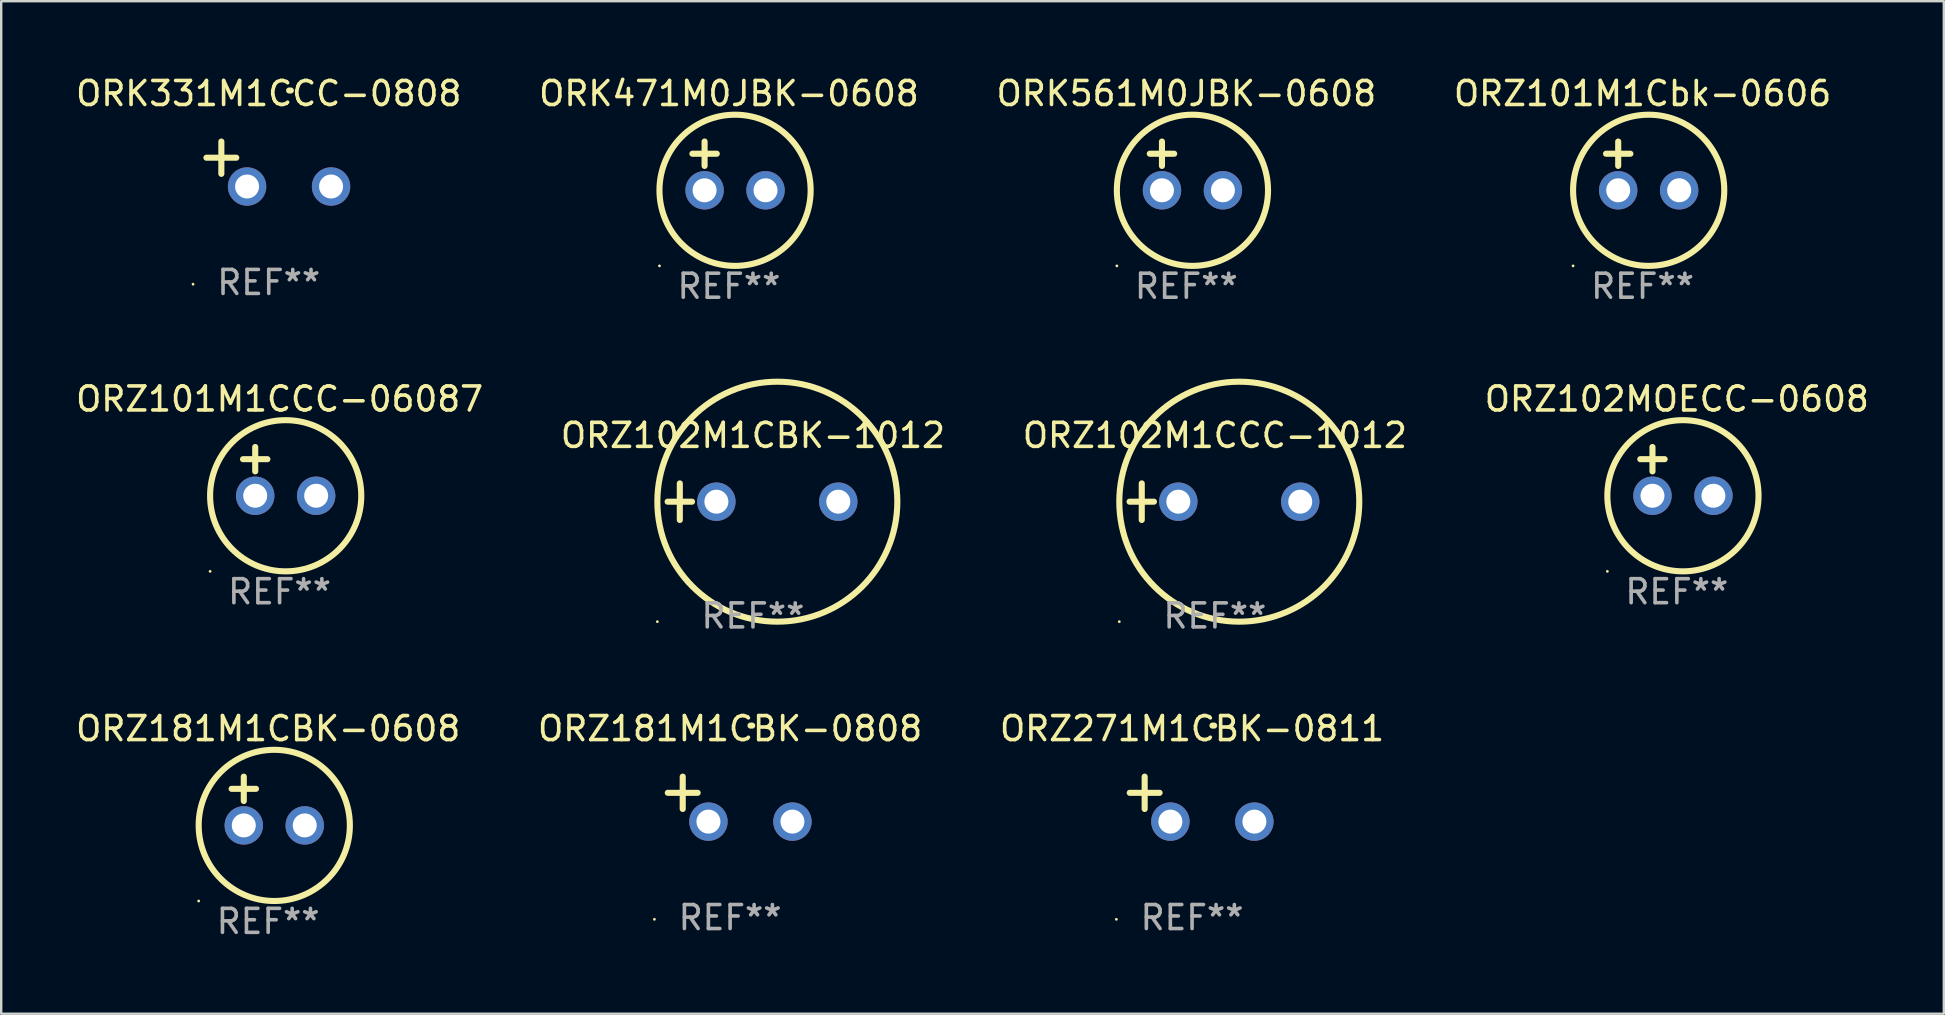
<source format=kicad_pcb>
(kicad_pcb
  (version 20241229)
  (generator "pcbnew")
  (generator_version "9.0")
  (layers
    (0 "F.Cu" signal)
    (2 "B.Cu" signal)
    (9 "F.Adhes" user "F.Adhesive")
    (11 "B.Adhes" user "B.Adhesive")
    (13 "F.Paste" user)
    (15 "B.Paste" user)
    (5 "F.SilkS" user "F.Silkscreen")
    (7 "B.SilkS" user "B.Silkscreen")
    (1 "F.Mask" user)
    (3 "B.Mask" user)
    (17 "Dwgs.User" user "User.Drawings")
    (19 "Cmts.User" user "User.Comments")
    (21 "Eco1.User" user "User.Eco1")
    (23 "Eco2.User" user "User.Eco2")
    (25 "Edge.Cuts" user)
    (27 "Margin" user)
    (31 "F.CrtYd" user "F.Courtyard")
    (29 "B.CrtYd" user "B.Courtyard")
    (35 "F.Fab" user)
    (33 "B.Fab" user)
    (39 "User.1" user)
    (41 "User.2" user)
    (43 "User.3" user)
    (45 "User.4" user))
  (footprint "ORZ101M1CCC-06087"
    (layer "F.Cu")
    (at 8.601 16.593)
    (property "Reference" "ORZ101M1CCC-06087" (at 0 -3.016 0) (layer "F.SilkS") (effects (font (size 1 1) (thickness 0.15))))
    (attr through_hole)
    (fp_line (start -1.524 -0.508) (end -0.508 -0.508) (stroke (width 0.254) (type solid)) (layer "F.SilkS"))
    (fp_line (start -1.016 -1.016) (end -1.016 0) (stroke (width 0.254) (type solid)) (layer "F.SilkS"))
    (fp_circle (center -2.896 4.166) (end -2.866 4.166) (stroke (width 0.06) (type solid)) (fill no) (layer "F.SilkS"))
    (fp_circle (center 0.254 1.016) (end 3.404 1.016) (stroke (width 0.254) (type solid)) (fill no) (layer "F.SilkS"))
    (fp_text user "REF**" (at 0 5.016 0) (layer "F.Fab") (effects (font (size 1 1) (thickness 0.15))))
    (pad "1" thru_hole circle (at -1.016 1.016) (size 1.6 1.6) (drill 1) (layers "*.Cu" "*.Mask"))
    (pad "2" thru_hole circle (at 1.524 1.016) (size 1.6 1.6) (drill 1) (layers "*.Cu" "*.Mask")))
  (footprint "ORZ102M1CCC-1012"
    (layer "F.Cu")
    (at 47.577 17.856)
    (property "Reference" "ORZ102M1CCC-1012" (at 0 -2.762 0) (layer "F.SilkS") (effects (font (size 1 1) (thickness 0.15))))
    (attr through_hole)
    (fp_line (start -3.556 0) (end -2.54 0) (stroke (width 0.254) (type solid)) (layer "F.SilkS"))
    (fp_line (start -3.048 -0.762) (end -3.048 0.762) (stroke (width 0.254) (type solid)) (layer "F.SilkS"))
    (fp_circle (center -3.984 5) (end -3.954 5) (stroke (width 0.06) (type solid)) (fill no) (layer "F.SilkS"))
    (fp_circle (center 1.016 0) (end 6.016 0) (stroke (width 0.254) (type solid)) (fill no) (layer "F.SilkS"))
    (fp_text user "REF**" (at 0 4.762 0) (layer "F.Fab") (effects (font (size 1 1) (thickness 0.15))))
    (pad "1" thru_hole circle (at -1.524 0) (size 1.6 1.6) (drill 1) (layers "*.Cu" "*.Mask"))
    (pad "2" thru_hole circle (at 3.556 0) (size 1.6 1.6) (drill 1) (layers "*.Cu" "*.Mask")))
  (footprint "ORZ102MOECC-0608"
    (layer "F.Cu")
    (at 66.827 16.593)
    (property "Reference" "ORZ102MOECC-0608" (at 0 -3.016 0) (layer "F.SilkS") (effects (font (size 1 1) (thickness 0.15))))
    (attr through_hole)
    (fp_line (start -1.524 -0.508) (end -0.508 -0.508) (stroke (width 0.254) (type solid)) (layer "F.SilkS"))
    (fp_line (start -1.016 -1.016) (end -1.016 0) (stroke (width 0.254) (type solid)) (layer "F.SilkS"))
    (fp_circle (center -2.896 4.166) (end -2.866 4.166) (stroke (width 0.06) (type solid)) (fill no) (layer "F.SilkS"))
    (fp_circle (center 0.254 1.016) (end 3.404 1.016) (stroke (width 0.254) (type solid)) (fill no) (layer "F.SilkS"))
    (fp_text user "REF**" (at 0 5.016 0) (layer "F.Fab") (effects (font (size 1 1) (thickness 0.15))))
    (pad "1" thru_hole circle (at -1.016 1.016) (size 1.6 1.6) (drill 1) (layers "*.Cu" "*.Mask"))
    (pad "2" thru_hole circle (at 1.524 1.016) (size 1.6 1.6) (drill 1) (layers "*.Cu" "*.Mask")))
  (footprint "ORK471M0JBK-0608"
    (layer "F.Cu")
    (at 27.327 3.864)
    (property "Reference" "ORK471M0JBK-0608" (at 0 -3.016 0) (layer "F.SilkS") (effects (font (size 1 1) (thickness 0.15))))
    (attr through_hole)
    (fp_line (start -1.524 -0.508) (end -0.508 -0.508) (stroke (width 0.254) (type solid)) (layer "F.SilkS"))
    (fp_line (start -1.016 -1.016) (end -1.016 0) (stroke (width 0.254) (type solid)) (layer "F.SilkS"))
    (fp_circle (center -2.896 4.166) (end -2.866 4.166) (stroke (width 0.06) (type solid)) (fill no) (layer "F.SilkS"))
    (fp_circle (center 0.254 1.016) (end 3.404 1.016) (stroke (width 0.254) (type solid)) (fill no) (layer "F.SilkS"))
    (fp_text user "REF**" (at 0 5.016 0) (layer "F.Fab") (effects (font (size 1 1) (thickness 0.15))))
    (pad "1" thru_hole circle (at -1.016 1.016) (size 1.6 1.6) (drill 1) (layers "*.Cu" "*.Mask"))
    (pad "2" thru_hole circle (at 1.524 1.016) (size 1.6 1.6) (drill 1) (layers "*.Cu" "*.Mask")))
  (footprint "ORZ181M1CBK-0808"
    (layer "F.Cu")
    (at 27.375 30.251)
    (property "Reference" "ORZ181M1CBK-0808" (at 0 -2.937 0) (layer "F.SilkS") (effects (font (size 1 1) (thickness 0.15))))
    (attr through_hole)
    (fp_line (start -1.975 0.41) (end -1.975 -0.937) (stroke (width 0.254) (type solid)) (layer "F.SilkS"))
    (fp_line (start -1.353 -0.263) (end -2.597 -0.263) (stroke (width 0.254) (type solid)) (layer "F.SilkS"))
    (fp_arc (start 0.849809 -3.063957) (mid 0.885369 -3.064114) (end 0.920929 -3.063957) (stroke (width 0.254001) (type solid)) (layer "F.SilkS"))
    (fp_circle (center -3.154 5.008) (end -3.124 5.008) (stroke (width 0.06) (type solid)) (fill no) (layer "F.SilkS"))
    (fp_text user "REF**" (at 0 4.937 0) (layer "F.Fab") (effects (font (size 1 1) (thickness 0.15))))
    (pad "1" thru_hole circle (at -0.903 0.937) (size 1.6 1.6) (drill 1) (layers "*.Cu" "*.Mask"))
    (pad "2" thru_hole circle (at 2.597 0.937) (size 1.6 1.6) (drill 1) (layers "*.Cu" "*.Mask")))
  (footprint "ORK331M1CCC-0808"
    (layer "F.Cu")
    (at 8.149 3.785)
    (property "Reference" "ORK331M1CCC-0808" (at 0 -2.937 0) (layer "F.SilkS") (effects (font (size 1 1) (thickness 0.15))))
    (attr through_hole)
    (fp_line (start -1.975 0.41) (end -1.975 -0.937) (stroke (width 0.254) (type solid)) (layer "F.SilkS"))
    (fp_line (start -1.353 -0.263) (end -2.597 -0.263) (stroke (width 0.254) (type solid)) (layer "F.SilkS"))
    (fp_arc (start 0.849809 -3.063957) (mid 0.885369 -3.064114) (end 0.920929 -3.063957) (stroke (width 0.254001) (type solid)) (layer "F.SilkS"))
    (fp_circle (center -3.154 5.008) (end -3.124 5.008) (stroke (width 0.06) (type solid)) (fill no) (layer "F.SilkS"))
    (fp_text user "REF**" (at 0 4.937 0) (layer "F.Fab") (effects (font (size 1 1) (thickness 0.15))))
    (pad "1" thru_hole circle (at -0.903 0.937) (size 1.6 1.6) (drill 1) (layers "*.Cu" "*.Mask"))
    (pad "2" thru_hole circle (at 2.597 0.937) (size 1.6 1.6) (drill 1) (layers "*.Cu" "*.Mask")))
  (footprint "ORZ102M1CBK-1012"
    (layer "F.Cu")
    (at 28.327 17.856)
    (property "Reference" "ORZ102M1CBK-1012" (at 0 -2.762 0) (layer "F.SilkS") (effects (font (size 1 1) (thickness 0.15))))
    (attr through_hole)
    (fp_line (start -3.556 0) (end -2.54 0) (stroke (width 0.254) (type solid)) (layer "F.SilkS"))
    (fp_line (start -3.048 -0.762) (end -3.048 0.762) (stroke (width 0.254) (type solid)) (layer "F.SilkS"))
    (fp_circle (center -3.984 5) (end -3.954 5) (stroke (width 0.06) (type solid)) (fill no) (layer "F.SilkS"))
    (fp_circle (center 1.016 0) (end 6.016 0) (stroke (width 0.254) (type solid)) (fill no) (layer "F.SilkS"))
    (fp_text user "REF**" (at 0 4.762 0) (layer "F.Fab") (effects (font (size 1 1) (thickness 0.15))))
    (pad "1" thru_hole circle (at -1.524 0) (size 1.6 1.6) (drill 1) (layers "*.Cu" "*.Mask"))
    (pad "2" thru_hole circle (at 3.556 0) (size 1.6 1.6) (drill 1) (layers "*.Cu" "*.Mask")))
  (footprint "ORZ181M1CBK-0608"
    (layer "F.Cu")
    (at 8.125 30.33)
    (property "Reference" "ORZ181M1CBK-0608" (at 0 -3.016 0) (layer "F.SilkS") (effects (font (size 1 1) (thickness 0.15))))
    (attr through_hole)
    (fp_line (start -1.524 -0.508) (end -0.508 -0.508) (stroke (width 0.254) (type solid)) (layer "F.SilkS"))
    (fp_line (start -1.016 -1.016) (end -1.016 0) (stroke (width 0.254) (type solid)) (layer "F.SilkS"))
    (fp_circle (center -2.896 4.166) (end -2.866 4.166) (stroke (width 0.06) (type solid)) (fill no) (layer "F.SilkS"))
    (fp_circle (center 0.254 1.016) (end 3.404 1.016) (stroke (width 0.254) (type solid)) (fill no) (layer "F.SilkS"))
    (fp_text user "REF**" (at 0 5.016 0) (layer "F.Fab") (effects (font (size 1 1) (thickness 0.15))))
    (pad "1" thru_hole circle (at -1.016 1.016) (size 1.6 1.6) (drill 1) (layers "*.Cu" "*.Mask"))
    (pad "2" thru_hole circle (at 1.524 1.016) (size 1.6 1.6) (drill 1) (layers "*.Cu" "*.Mask")))
  (footprint "ORZ271M1CBK-0811"
    (layer "F.Cu")
    (at 46.625 30.251)
    (property "Reference" "ORZ271M1CBK-0811" (at 0 -2.937 0) (layer "F.SilkS") (effects (font (size 1 1) (thickness 0.15))))
    (attr through_hole)
    (fp_line (start -1.975 0.41) (end -1.975 -0.937) (stroke (width 0.254) (type solid)) (layer "F.SilkS"))
    (fp_line (start -1.353 -0.263) (end -2.597 -0.263) (stroke (width 0.254) (type solid)) (layer "F.SilkS"))
    (fp_arc (start 0.849809 -3.063957) (mid 0.885369 -3.064114) (end 0.920929 -3.063957) (stroke (width 0.254001) (type solid)) (layer "F.SilkS"))
    (fp_circle (center -3.154 5.008) (end -3.124 5.008) (stroke (width 0.06) (type solid)) (fill no) (layer "F.SilkS"))
    (fp_text user "REF**" (at 0 4.937 0) (layer "F.Fab") (effects (font (size 1 1) (thickness 0.15))))
    (pad "1" thru_hole circle (at -0.903 0.937) (size 1.6 1.6) (drill 1) (layers "*.Cu" "*.Mask"))
    (pad "2" thru_hole circle (at 2.597 0.937) (size 1.6 1.6) (drill 1) (layers "*.Cu" "*.Mask")))
  (footprint "ORK561M0JBK-0608"
    (layer "F.Cu")
    (at 46.387 3.864)
    (property "Reference" "ORK561M0JBK-0608" (at 0 -3.016 0) (layer "F.SilkS") (effects (font (size 1 1) (thickness 0.15))))
    (attr through_hole)
    (fp_line (start -1.524 -0.508) (end -0.508 -0.508) (stroke (width 0.254) (type solid)) (layer "F.SilkS"))
    (fp_line (start -1.016 -1.016) (end -1.016 0) (stroke (width 0.254) (type solid)) (layer "F.SilkS"))
    (fp_circle (center -2.896 4.166) (end -2.866 4.166) (stroke (width 0.06) (type solid)) (fill no) (layer "F.SilkS"))
    (fp_circle (center 0.254 1.016) (end 3.404 1.016) (stroke (width 0.254) (type solid)) (fill no) (layer "F.SilkS"))
    (fp_text user "REF**" (at 0 5.016 0) (layer "F.Fab") (effects (font (size 1 1) (thickness 0.15))))
    (pad "1" thru_hole circle (at -1.016 1.016) (size 1.6 1.6) (drill 1) (layers "*.Cu" "*.Mask"))
    (pad "2" thru_hole circle (at 1.524 1.016) (size 1.6 1.6) (drill 1) (layers "*.Cu" "*.Mask")))
  (footprint "ORZ101M1Cbk-0606"
    (layer "F.Cu")
    (at 65.399 3.864)
    (property "Reference" "ORZ101M1Cbk-0606" (at 0 -3.016 0) (layer "F.SilkS") (effects (font (size 1 1) (thickness 0.15))))
    (attr through_hole)
    (fp_line (start -1.524 -0.508) (end -0.508 -0.508) (stroke (width 0.254) (type solid)) (layer "F.SilkS"))
    (fp_line (start -1.016 -1.016) (end -1.016 0) (stroke (width 0.254) (type solid)) (layer "F.SilkS"))
    (fp_circle (center -2.896 4.166) (end -2.866 4.166) (stroke (width 0.06) (type solid)) (fill no) (layer "F.SilkS"))
    (fp_circle (center 0.254 1.016) (end 3.404 1.016) (stroke (width 0.254) (type solid)) (fill no) (layer "F.SilkS"))
    (fp_text user "REF**" (at 0 5.016 0) (layer "F.Fab") (effects (font (size 1 1) (thickness 0.15))))
    (pad "1" thru_hole circle (at -1.016 1.016) (size 1.6 1.6) (drill 1) (layers "*.Cu" "*.Mask"))
    (pad "2" thru_hole circle (at 1.524 1.016) (size 1.6 1.6) (drill 1) (layers "*.Cu" "*.Mask")))
  (gr_rect
    (start -3 -3)
    (end 77.952 39.194)
    (stroke (width 0.1) (type default))
    (fill no)
    (layer "Edge.Cuts")))
</source>
